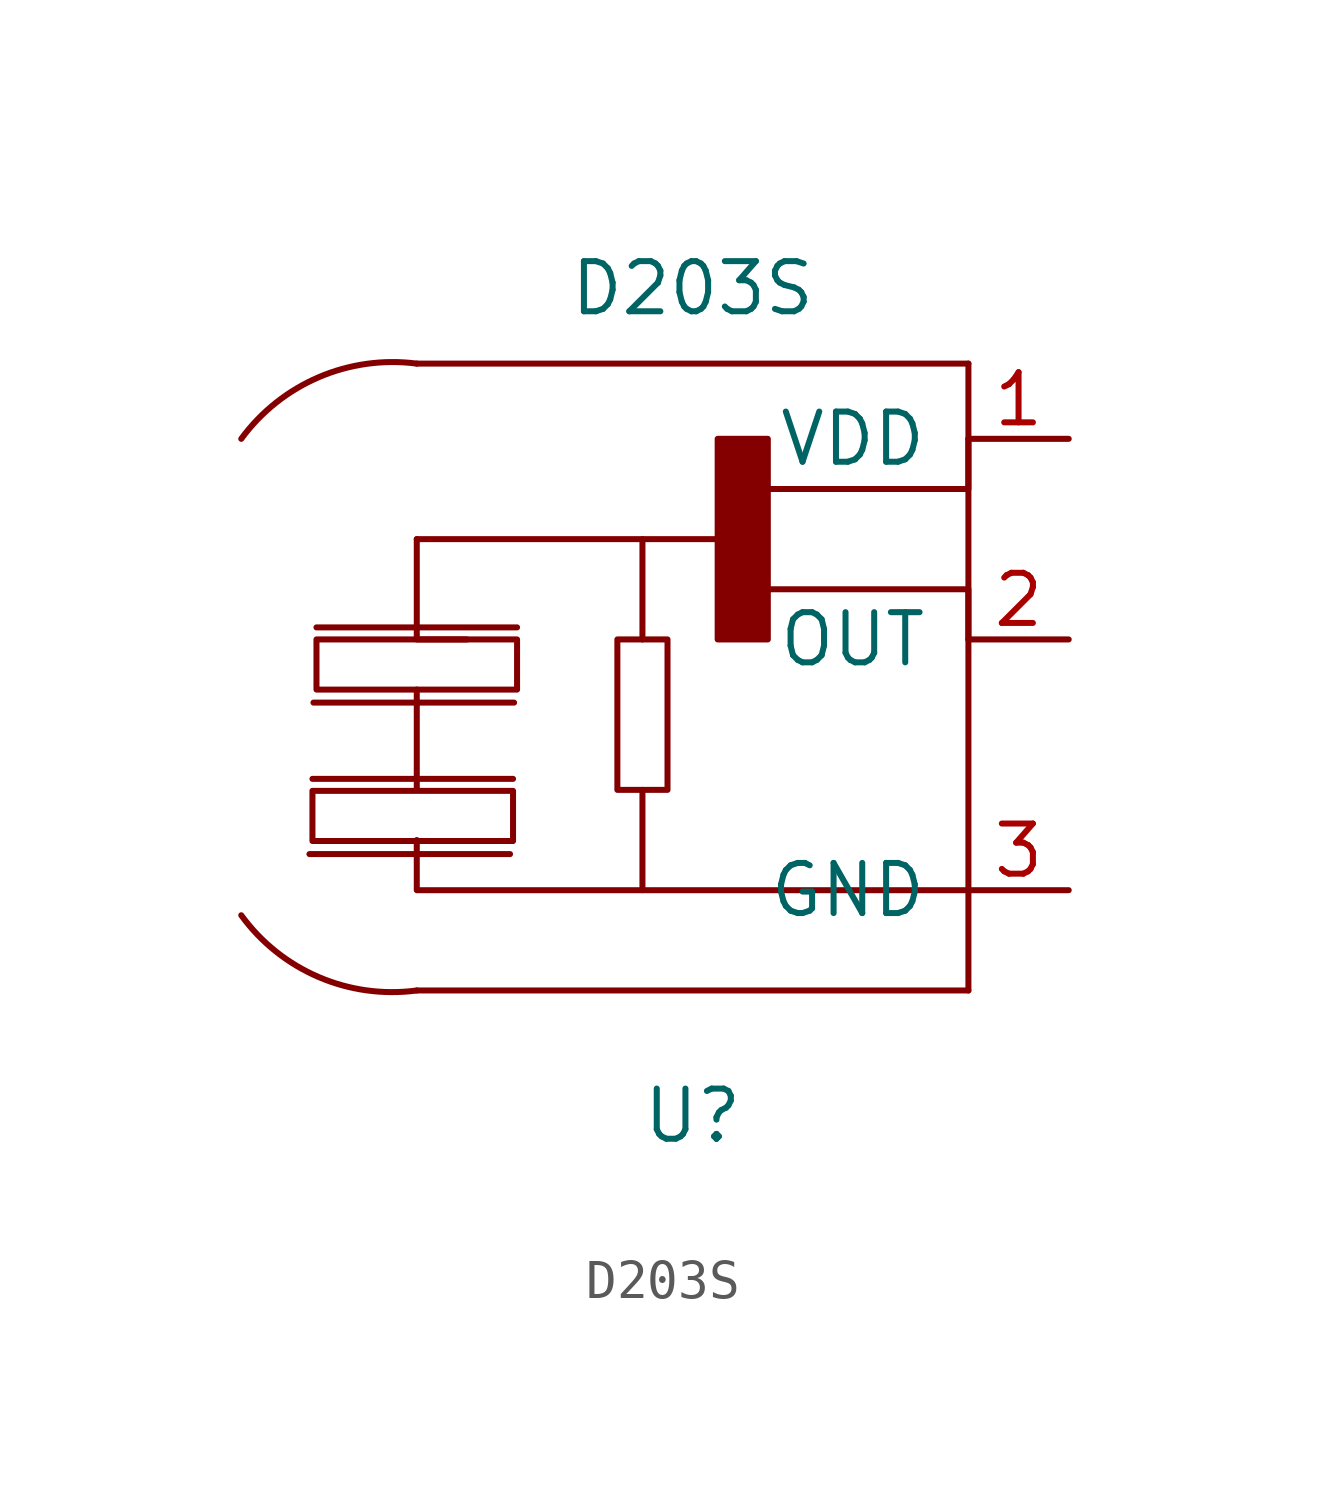
<source format=kicad_sym>
(kicad_symbol_lib
  (version 20211014)
  (generator kicad_symbol_editor)
  (symbol "D203S"
    (pin_names
      (offset 1.016))
    (property "Reference" "U"
      (at -1.905 -9.525 0)
      (effects (font (size 1.27 1.27))))
    (property "Value" "D203S"
      (at -1.905 11.43 0)
      (effects (font (size 1.27 1.27))))
    (symbol "D203S_0_1"
      (arc (start -13.335 -4.445) (mid -11.3741 -6.0102) (end -8.89 -6.35) (stroke (width 0) (type default) (color 0 0 0 0)) (fill (type none)))
      (rectangle (start -11.532 -1.295) (end -6.452 -2.565) (stroke (width 0) (type default) (color 0 0 0 0)) (fill (type none)))
      (rectangle (start -11.43 2.54) (end -6.35 1.27) (stroke (width 0) (type default) (color 0 0 0 0)) (fill (type none)))
      (rectangle (start -3.81 2.54) (end -2.54 -1.27) (stroke (width 0) (type default) (color 0 0 0 0)) (fill (type none)))
      (rectangle (start -1.27 7.62) (end 0 2.54) (stroke (width 0) (type default) (color 0 0 0 0)) (fill (type outline)))
      (polyline (pts (xy -11.532 -0.991) (xy -6.452 -0.991)) (stroke (width 0) (type default) (color 0 0 0 0)) (fill (type none)))
      (polyline (pts (xy -11.43 2.845) (xy -6.35 2.845)) (stroke (width 0) (type default) (color 0 0 0 0)) (fill (type none)))
      (polyline (pts (xy -8.89 -6.35) (xy 5.08 -6.35)) (stroke (width 0) (type default) (color 0 0 0 0)) (fill (type none)))
      (polyline (pts (xy -8.89 1.27) (xy -8.89 -1.27)) (stroke (width 0) (type default) (color 0 0 0 0)) (fill (type none)))
      (polyline (pts (xy -3.175 -1.27) (xy -3.175 -3.81)) (stroke (width 0) (type default) (color 0 0 0 0)) (fill (type none)))
      (polyline (pts (xy -3.175 5.08) (xy -3.175 2.54)) (stroke (width 0) (type default) (color 0 0 0 0)) (fill (type none)))
      (polyline (pts (xy -1.27 5.08) (xy -8.89 5.08)) (stroke (width 0) (type default) (color 0 0 0 0)) (fill (type none)))
      (polyline (pts (xy 5.08 9.525) (xy 5.08 -6.35)) (stroke (width 0) (type default) (color 0 0 0 0)) (fill (type none)))
      (polyline (pts (xy -8.89 -2.54) (xy -8.89 -3.81) (xy 5.08 -3.81)) (stroke (width 0) (type default) (color 0 0 0 0)) (fill (type none)))
      (polyline (pts (xy -8.89 5.08) (xy -8.89 2.54) (xy -7.62 2.54)) (stroke (width 0) (type default) (color 0 0 0 0)) (fill (type none)))
      (polyline (pts (xy 5.08 2.54) (xy 5.08 3.81) (xy 0 3.81)) (stroke (width 0) (type default) (color 0 0 0 0)) (fill (type none)))
      (polyline (pts (xy 5.08 7.62) (xy 5.08 6.35) (xy 0 6.35)) (stroke (width 0) (type default) (color 0 0 0 0)) (fill (type none))))
    (symbol "D203S_1_1"
      (arc (start -8.89 9.525) (mid -11.3734 9.1801) (end -13.335 7.62) (stroke (width 0) (type default) (color 0 0 0 0)) (fill (type none)))
      (polyline (pts (xy -11.608 -2.896) (xy -6.528 -2.896)) (stroke (width 0) (type default) (color 0 0 0 0)) (fill (type none)))
      (polyline (pts (xy -11.506 0.94) (xy -6.426 0.94)) (stroke (width 0) (type default) (color 0 0 0 0)) (fill (type none)))
      (polyline (pts (xy -8.89 9.525) (xy 5.08 9.525)) (stroke (width 0) (type default) (color 0 0 0 0)) (fill (type none)))
      (pin input line (at 7.62 7.62 180) (length 2.54) (name "VDD" (effects (font (size 1.27 1.27)))) (number "1" (effects (font (size 1.27 1.27)))))
      (pin output line (at 7.62 2.54 180) (length 2.54) (name "OUT" (effects (font (size 1.27 1.27)))) (number "2" (effects (font (size 1.27 1.27)))))
      (pin input line (at 7.62 -3.81 180) (length 2.54) (name "GND" (effects (font (size 1.27 1.27)))) (number "3" (effects (font (size 1.27 1.27))))))))
</source>
